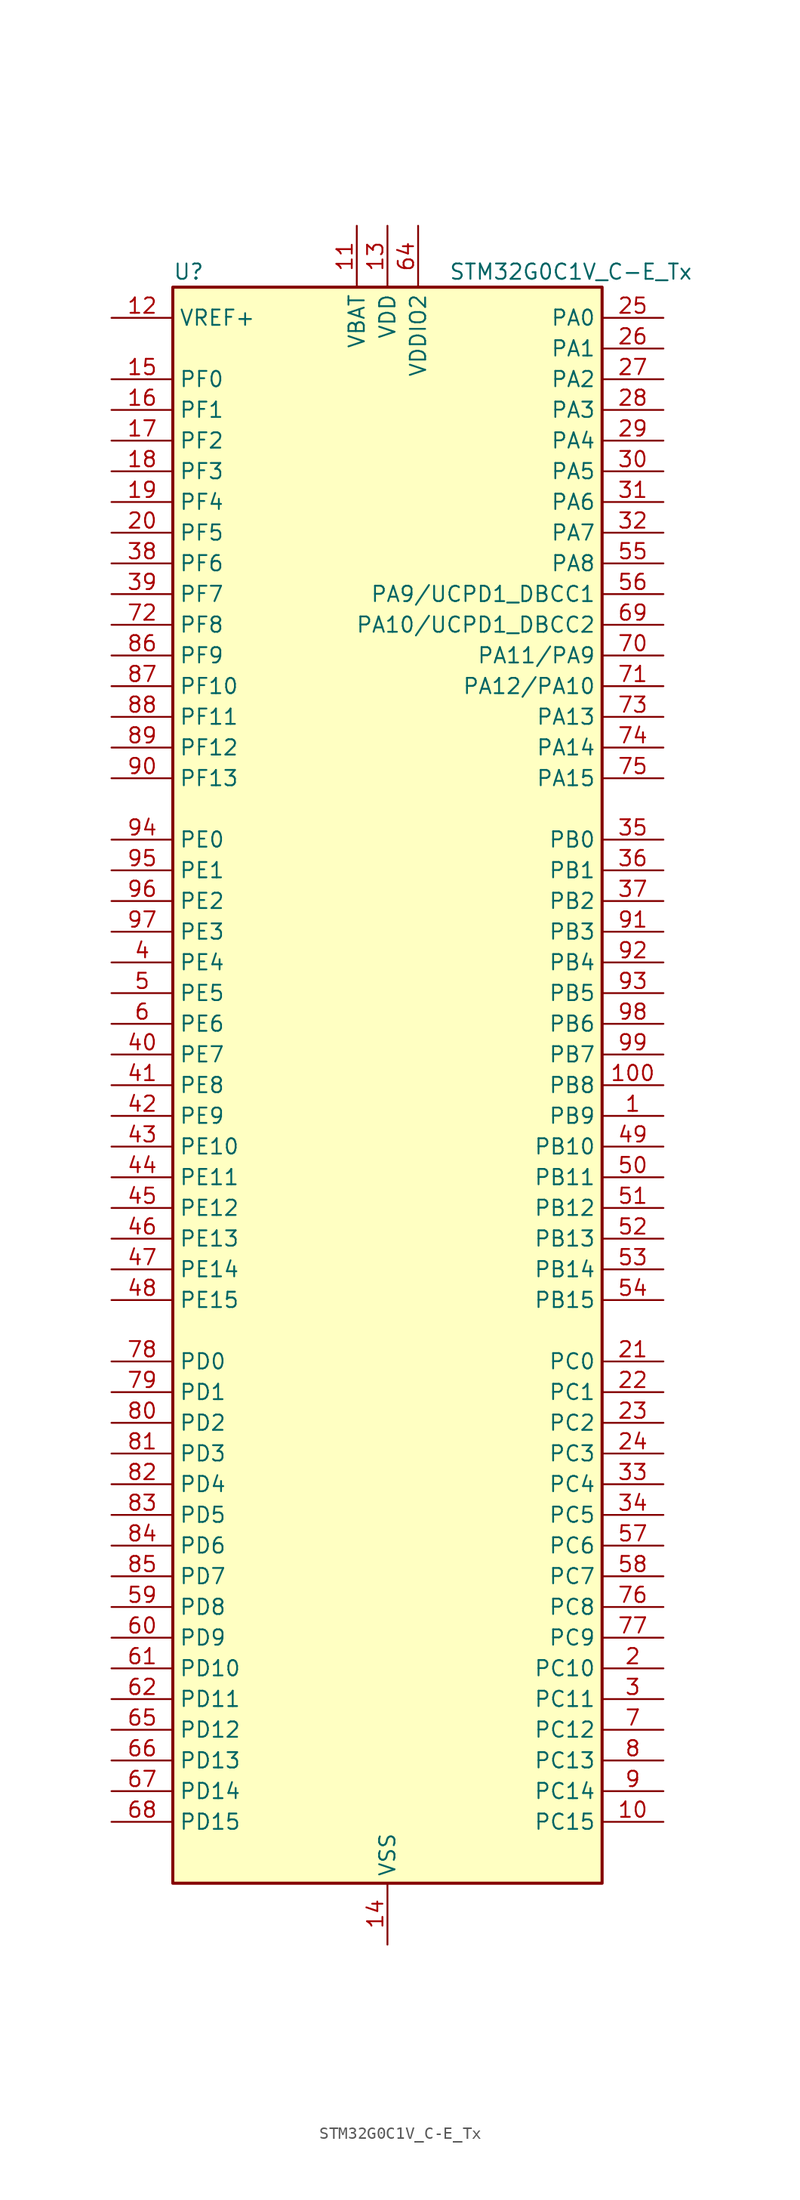
<source format=kicad_sym>
(kicad_symbol_lib
  (version 20220914)
  (generator kicad_symbol_editor)
  (symbol "STM32G0C1V_C-E_Tx"
    (property "Reference" "U"
      (at -17.78 67.31 0)
      (effects (font (size 1.27 1.27)) (justify left)))
    (property "Value" "STM32G0C1V_C-E_Tx"
      (at 5.08 67.31 0)
      (effects (font (size 1.27 1.27)) (justify left)))
    (property "ki_locked" ""
      (at 0 0 0)
      (effects (font (size 1.27 1.27))))
    (symbol "STM32G0C1V_C-E_Tx_0_1"
      (rectangle (start -17.78 -66.04) (end 17.78 66.04) (stroke (width 0.254) (type default)) (fill (type background))))
    (symbol "STM32G0C1V_C-E_Tx_1_1"
      (pin bidirectional line (at 22.86 -2.54 180) (length 5.08) (name "PB9" (effects (font (size 1.27 1.27)))) (number "1" (effects (font (size 1.27 1.27)))) (alternate "DAC1_EXTI9" bidirectional line) (alternate "FDCAN1_TX" bidirectional line) (alternate "I2C1_SDA" bidirectional line) (alternate "I2S2_WS" bidirectional line) (alternate "IR_OUT" bidirectional line) (alternate "SPI2_NSS" bidirectional line) (alternate "TIM17_CH1" bidirectional line) (alternate "TIM4_CH4" bidirectional line) (alternate "UCPD2_FRSTX1" bidirectional line) (alternate "UCPD2_FRSTX2" bidirectional line) (alternate "USART3_RX" bidirectional line) (alternate "USART6_RX" bidirectional line))
      (pin bidirectional line (at 22.86 -60.96 180) (length 5.08) (name "PC15" (effects (font (size 1.27 1.27)))) (number "10" (effects (font (size 1.27 1.27)))) (alternate "RCC_OSC32_EN" bidirectional line) (alternate "RCC_OSC32_OUT" bidirectional line) (alternate "RCC_OSC_EN" bidirectional line) (alternate "TIM15_BK" bidirectional line))
      (pin bidirectional line (at 22.86 0 180) (length 5.08) (name "PB8" (effects (font (size 1.27 1.27)))) (number "100" (effects (font (size 1.27 1.27)))) (alternate "CEC" bidirectional line) (alternate "FDCAN1_RX" bidirectional line) (alternate "I2C1_SCL" bidirectional line) (alternate "I2S2_CK" bidirectional line) (alternate "SPI2_SCK" bidirectional line) (alternate "TIM15_BK" bidirectional line) (alternate "TIM16_CH1" bidirectional line) (alternate "TIM4_CH3" bidirectional line) (alternate "USART3_TX" bidirectional line) (alternate "USART6_TX" bidirectional line))
      (pin power_in line (at -2.54 71.12 270) (length 5.08) (name "VBAT" (effects (font (size 1.27 1.27)))) (number "11" (effects (font (size 1.27 1.27)))))
      (pin input line (at -22.86 63.5 0) (length 5.08) (name "VREF+" (effects (font (size 1.27 1.27)))) (number "12" (effects (font (size 1.27 1.27)))) (alternate "VREFBUF_OUT" bidirectional line))
      (pin power_in line (at 0 71.12 270) (length 5.08) (name "VDD" (effects (font (size 1.27 1.27)))) (number "13" (effects (font (size 1.27 1.27)))))
      (pin power_in line (at 0 -71.12 90) (length 5.08) (name "VSS" (effects (font (size 1.27 1.27)))) (number "14" (effects (font (size 1.27 1.27)))))
      (pin bidirectional line (at -22.86 58.42 0) (length 5.08) (name "PF0" (effects (font (size 1.27 1.27)))) (number "15" (effects (font (size 1.27 1.27)))) (alternate "CRS1_SYNC" bidirectional line) (alternate "RCC_OSC_IN" bidirectional line) (alternate "TIM14_CH1" bidirectional line))
      (pin bidirectional line (at -22.86 55.88 0) (length 5.08) (name "PF1" (effects (font (size 1.27 1.27)))) (number "16" (effects (font (size 1.27 1.27)))) (alternate "RCC_OSC_EN" bidirectional line) (alternate "RCC_OSC_OUT" bidirectional line) (alternate "TIM15_CH1N" bidirectional line))
      (pin bidirectional line (at -22.86 53.34 0) (length 5.08) (name "PF2" (effects (font (size 1.27 1.27)))) (number "17" (effects (font (size 1.27 1.27)))) (alternate "LPUART2_DE" bidirectional line) (alternate "LPUART2_RTS" bidirectional line) (alternate "LPUART2_TX" bidirectional line) (alternate "RCC_MCO" bidirectional line))
      (pin bidirectional line (at -22.86 50.8 0) (length 5.08) (name "PF3" (effects (font (size 1.27 1.27)))) (number "18" (effects (font (size 1.27 1.27)))) (alternate "LPUART2_RX" bidirectional line) (alternate "USART6_CK" bidirectional line) (alternate "USART6_DE" bidirectional line) (alternate "USART6_RTS" bidirectional line))
      (pin bidirectional line (at -22.86 48.26 0) (length 5.08) (name "PF4" (effects (font (size 1.27 1.27)))) (number "19" (effects (font (size 1.27 1.27)))) (alternate "LPUART1_TX" bidirectional line))
      (pin bidirectional line (at 22.86 -48.26 180) (length 5.08) (name "PC10" (effects (font (size 1.27 1.27)))) (number "2" (effects (font (size 1.27 1.27)))) (alternate "SPI3_SCK" bidirectional line) (alternate "TIM1_CH3" bidirectional line) (alternate "USART3_TX" bidirectional line) (alternate "USART4_TX" bidirectional line))
      (pin bidirectional line (at -22.86 45.72 0) (length 5.08) (name "PF5" (effects (font (size 1.27 1.27)))) (number "20" (effects (font (size 1.27 1.27)))) (alternate "LPUART1_RX" bidirectional line))
      (pin bidirectional line (at 22.86 -22.86 180) (length 5.08) (name "PC0" (effects (font (size 1.27 1.27)))) (number "21" (effects (font (size 1.27 1.27)))) (alternate "COMP3_INM" bidirectional line) (alternate "COMP3_OUT" bidirectional line) (alternate "I2C3_SCL" bidirectional line) (alternate "LPTIM1_IN1" bidirectional line) (alternate "LPTIM2_IN1" bidirectional line) (alternate "LPUART1_RX" bidirectional line) (alternate "LPUART2_TX" bidirectional line) (alternate "USART6_TX" bidirectional line))
      (pin bidirectional line (at 22.86 -25.4 180) (length 5.08) (name "PC1" (effects (font (size 1.27 1.27)))) (number "22" (effects (font (size 1.27 1.27)))) (alternate "COMP3_INP" bidirectional line) (alternate "I2C3_SDA" bidirectional line) (alternate "LPTIM1_OUT" bidirectional line) (alternate "LPUART1_TX" bidirectional line) (alternate "LPUART2_RX" bidirectional line) (alternate "TIM15_CH1" bidirectional line) (alternate "USART6_RX" bidirectional line))
      (pin bidirectional line (at 22.86 -27.94 180) (length 5.08) (name "PC2" (effects (font (size 1.27 1.27)))) (number "23" (effects (font (size 1.27 1.27)))) (alternate "COMP3_OUT" bidirectional line) (alternate "FDCAN2_RX" bidirectional line) (alternate "I2S2_MCK" bidirectional line) (alternate "LPTIM1_IN2" bidirectional line) (alternate "SPI2_MISO" bidirectional line) (alternate "TIM15_CH2" bidirectional line))
      (pin bidirectional line (at 22.86 -30.48 180) (length 5.08) (name "PC3" (effects (font (size 1.27 1.27)))) (number "24" (effects (font (size 1.27 1.27)))) (alternate "FDCAN2_TX" bidirectional line) (alternate "I2S2_SD" bidirectional line) (alternate "LPTIM1_ETR" bidirectional line) (alternate "LPTIM2_ETR" bidirectional line) (alternate "SPI2_MOSI" bidirectional line))
      (pin bidirectional line (at 22.86 63.5 180) (length 5.08) (name "PA0" (effects (font (size 1.27 1.27)))) (number "25" (effects (font (size 1.27 1.27)))) (alternate "ADC1_IN0" bidirectional line) (alternate "COMP1_INM" bidirectional line) (alternate "COMP1_OUT" bidirectional line) (alternate "I2S2_CK" bidirectional line) (alternate "LPTIM1_OUT" bidirectional line) (alternate "RTC_TAMP_IN2" bidirectional line) (alternate "SPI2_SCK" bidirectional line) (alternate "SYS_WKUP1" bidirectional line) (alternate "TIM2_CH1" bidirectional line) (alternate "TIM2_ETR" bidirectional line) (alternate "UCPD2_FRSTX1" bidirectional line) (alternate "UCPD2_FRSTX2" bidirectional line) (alternate "USART2_CTS" bidirectional line) (alternate "USART2_NSS" bidirectional line) (alternate "USART4_TX" bidirectional line))
      (pin bidirectional line (at 22.86 60.96 180) (length 5.08) (name "PA1" (effects (font (size 1.27 1.27)))) (number "26" (effects (font (size 1.27 1.27)))) (alternate "ADC1_IN1" bidirectional line) (alternate "COMP1_INP" bidirectional line) (alternate "I2C1_SMBA" bidirectional line) (alternate "I2S1_CK" bidirectional line) (alternate "SPI1_SCK" bidirectional line) (alternate "TIM15_CH1N" bidirectional line) (alternate "TIM2_CH2" bidirectional line) (alternate "USART2_CK" bidirectional line) (alternate "USART2_DE" bidirectional line) (alternate "USART2_RTS" bidirectional line) (alternate "USART4_RX" bidirectional line))
      (pin bidirectional line (at 22.86 58.42 180) (length 5.08) (name "PA2" (effects (font (size 1.27 1.27)))) (number "27" (effects (font (size 1.27 1.27)))) (alternate "ADC1_IN2" bidirectional line) (alternate "COMP2_INM" bidirectional line) (alternate "COMP2_OUT" bidirectional line) (alternate "I2S1_SD" bidirectional line) (alternate "LPUART1_TX" bidirectional line) (alternate "RCC_LSCO" bidirectional line) (alternate "SPI1_MOSI" bidirectional line) (alternate "SYS_WKUP4" bidirectional line) (alternate "TIM15_CH1" bidirectional line) (alternate "TIM2_CH3" bidirectional line) (alternate "UCPD1_FRSTX1" bidirectional line) (alternate "UCPD1_FRSTX2" bidirectional line) (alternate "USART2_TX" bidirectional line))
      (pin bidirectional line (at 22.86 55.88 180) (length 5.08) (name "PA3" (effects (font (size 1.27 1.27)))) (number "28" (effects (font (size 1.27 1.27)))) (alternate "ADC1_IN3" bidirectional line) (alternate "COMP2_INP" bidirectional line) (alternate "I2S2_MCK" bidirectional line) (alternate "LPUART1_RX" bidirectional line) (alternate "SPI2_MISO" bidirectional line) (alternate "TIM15_CH2" bidirectional line) (alternate "TIM2_CH4" bidirectional line) (alternate "UCPD2_FRSTX1" bidirectional line) (alternate "UCPD2_FRSTX2" bidirectional line) (alternate "USART2_RX" bidirectional line))
      (pin bidirectional line (at 22.86 53.34 180) (length 5.08) (name "PA4" (effects (font (size 1.27 1.27)))) (number "29" (effects (font (size 1.27 1.27)))) (alternate "ADC1_IN4" bidirectional line) (alternate "DAC1_OUT1" bidirectional line) (alternate "I2S1_WS" bidirectional line) (alternate "I2S2_SD" bidirectional line) (alternate "LPTIM2_OUT" bidirectional line) (alternate "RTC_OUT2" bidirectional line) (alternate "SPI1_NSS" bidirectional line) (alternate "SPI2_MOSI" bidirectional line) (alternate "SPI3_NSS" bidirectional line) (alternate "TIM14_CH1" bidirectional line) (alternate "UCPD2_FRSTX1" bidirectional line) (alternate "UCPD2_FRSTX2" bidirectional line) (alternate "USART6_TX" bidirectional line) (alternate "USB_NOE" bidirectional line))
      (pin bidirectional line (at 22.86 -50.8 180) (length 5.08) (name "PC11" (effects (font (size 1.27 1.27)))) (number "3" (effects (font (size 1.27 1.27)))) (alternate "ADC1_EXTI11" bidirectional line) (alternate "SPI3_MISO" bidirectional line) (alternate "TIM1_CH4" bidirectional line) (alternate "USART3_RX" bidirectional line) (alternate "USART4_RX" bidirectional line))
      (pin bidirectional line (at 22.86 50.8 180) (length 5.08) (name "PA5" (effects (font (size 1.27 1.27)))) (number "30" (effects (font (size 1.27 1.27)))) (alternate "ADC1_IN5" bidirectional line) (alternate "CEC" bidirectional line) (alternate "DAC1_OUT2" bidirectional line) (alternate "I2S1_CK" bidirectional line) (alternate "LPTIM2_ETR" bidirectional line) (alternate "SPI1_SCK" bidirectional line) (alternate "TIM2_CH1" bidirectional line) (alternate "TIM2_ETR" bidirectional line) (alternate "UCPD1_FRSTX1" bidirectional line) (alternate "UCPD1_FRSTX2" bidirectional line) (alternate "USART3_TX" bidirectional line) (alternate "USART6_RX" bidirectional line))
      (pin bidirectional line (at 22.86 48.26 180) (length 5.08) (name "PA6" (effects (font (size 1.27 1.27)))) (number "31" (effects (font (size 1.27 1.27)))) (alternate "ADC1_IN6" bidirectional line) (alternate "COMP1_OUT" bidirectional line) (alternate "I2C2_SDA" bidirectional line) (alternate "I2C3_SDA" bidirectional line) (alternate "I2S1_MCK" bidirectional line) (alternate "LPUART1_CTS" bidirectional line) (alternate "SPI1_MISO" bidirectional line) (alternate "TIM16_CH1" bidirectional line) (alternate "TIM1_BK" bidirectional line) (alternate "TIM3_CH1" bidirectional line) (alternate "USART3_CTS" bidirectional line) (alternate "USART3_NSS" bidirectional line) (alternate "USART6_CTS" bidirectional line) (alternate "USART6_NSS" bidirectional line))
      (pin bidirectional line (at 22.86 45.72 180) (length 5.08) (name "PA7" (effects (font (size 1.27 1.27)))) (number "32" (effects (font (size 1.27 1.27)))) (alternate "ADC1_IN7" bidirectional line) (alternate "COMP2_OUT" bidirectional line) (alternate "I2C2_SCL" bidirectional line) (alternate "I2C3_SCL" bidirectional line) (alternate "I2S1_SD" bidirectional line) (alternate "SPI1_MOSI" bidirectional line) (alternate "TIM14_CH1" bidirectional line) (alternate "TIM17_CH1" bidirectional line) (alternate "TIM1_CH1N" bidirectional line) (alternate "TIM3_CH2" bidirectional line) (alternate "UCPD1_FRSTX1" bidirectional line) (alternate "UCPD1_FRSTX2" bidirectional line) (alternate "USART6_CK" bidirectional line) (alternate "USART6_DE" bidirectional line) (alternate "USART6_RTS" bidirectional line))
      (pin bidirectional line (at 22.86 -33.02 180) (length 5.08) (name "PC4" (effects (font (size 1.27 1.27)))) (number "33" (effects (font (size 1.27 1.27)))) (alternate "ADC1_IN17" bidirectional line) (alternate "COMP1_INM" bidirectional line) (alternate "FDCAN1_RX" bidirectional line) (alternate "TIM2_CH1" bidirectional line) (alternate "TIM2_ETR" bidirectional line) (alternate "USART1_TX" bidirectional line) (alternate "USART3_TX" bidirectional line))
      (pin bidirectional line (at 22.86 -35.56 180) (length 5.08) (name "PC5" (effects (font (size 1.27 1.27)))) (number "34" (effects (font (size 1.27 1.27)))) (alternate "ADC1_IN18" bidirectional line) (alternate "COMP1_INP" bidirectional line) (alternate "FDCAN1_TX" bidirectional line) (alternate "SYS_WKUP5" bidirectional line) (alternate "TIM2_CH2" bidirectional line) (alternate "USART1_RX" bidirectional line) (alternate "USART3_RX" bidirectional line))
      (pin bidirectional line (at 22.86 20.32 180) (length 5.08) (name "PB0" (effects (font (size 1.27 1.27)))) (number "35" (effects (font (size 1.27 1.27)))) (alternate "ADC1_IN8" bidirectional line) (alternate "COMP1_OUT" bidirectional line) (alternate "COMP3_INP" bidirectional line) (alternate "FDCAN2_RX" bidirectional line) (alternate "I2S1_WS" bidirectional line) (alternate "LPTIM1_OUT" bidirectional line) (alternate "LPUART2_CTS" bidirectional line) (alternate "SPI1_NSS" bidirectional line) (alternate "TIM1_CH2N" bidirectional line) (alternate "TIM3_CH3" bidirectional line) (alternate "UCPD1_FRSTX1" bidirectional line) (alternate "UCPD1_FRSTX2" bidirectional line) (alternate "USART3_RX" bidirectional line) (alternate "USART5_TX" bidirectional line))
      (pin bidirectional line (at 22.86 17.78 180) (length 5.08) (name "PB1" (effects (font (size 1.27 1.27)))) (number "36" (effects (font (size 1.27 1.27)))) (alternate "ADC1_IN9" bidirectional line) (alternate "COMP1_INM" bidirectional line) (alternate "COMP3_OUT" bidirectional line) (alternate "FDCAN2_TX" bidirectional line) (alternate "LPTIM2_IN1" bidirectional line) (alternate "LPUART1_DE" bidirectional line) (alternate "LPUART1_RTS" bidirectional line) (alternate "LPUART2_DE" bidirectional line) (alternate "LPUART2_RTS" bidirectional line) (alternate "TIM14_CH1" bidirectional line) (alternate "TIM1_CH3N" bidirectional line) (alternate "TIM3_CH4" bidirectional line) (alternate "USART3_CK" bidirectional line) (alternate "USART3_DE" bidirectional line) (alternate "USART3_RTS" bidirectional line) (alternate "USART5_RX" bidirectional line))
      (pin bidirectional line (at 22.86 15.24 180) (length 5.08) (name "PB2" (effects (font (size 1.27 1.27)))) (number "37" (effects (font (size 1.27 1.27)))) (alternate "ADC1_IN10" bidirectional line) (alternate "COMP1_INP" bidirectional line) (alternate "COMP3_INM" bidirectional line) (alternate "I2S2_MCK" bidirectional line) (alternate "LPTIM1_OUT" bidirectional line) (alternate "RCC_MCO_2" bidirectional line) (alternate "SPI2_MISO" bidirectional line) (alternate "USART3_TX" bidirectional line))
      (pin bidirectional line (at -22.86 43.18 0) (length 5.08) (name "PF6" (effects (font (size 1.27 1.27)))) (number "38" (effects (font (size 1.27 1.27)))) (alternate "LPUART1_DE" bidirectional line) (alternate "LPUART1_RTS" bidirectional line))
      (pin bidirectional line (at -22.86 40.64 0) (length 5.08) (name "PF7" (effects (font (size 1.27 1.27)))) (number "39" (effects (font (size 1.27 1.27)))) (alternate "LPUART1_CTS" bidirectional line) (alternate "USART5_CTS" bidirectional line) (alternate "USART5_NSS" bidirectional line))
      (pin bidirectional line (at -22.86 10.16 0) (length 5.08) (name "PE4" (effects (font (size 1.27 1.27)))) (number "4" (effects (font (size 1.27 1.27)))) (alternate "TIM3_CH2" bidirectional line))
      (pin bidirectional line (at -22.86 2.54 0) (length 5.08) (name "PE7" (effects (font (size 1.27 1.27)))) (number "40" (effects (font (size 1.27 1.27)))) (alternate "COMP3_INP" bidirectional line) (alternate "TIM1_ETR" bidirectional line) (alternate "USART5_CK" bidirectional line) (alternate "USART5_DE" bidirectional line) (alternate "USART5_RTS" bidirectional line))
      (pin bidirectional line (at -22.86 0 0) (length 5.08) (name "PE8" (effects (font (size 1.27 1.27)))) (number "41" (effects (font (size 1.27 1.27)))) (alternate "COMP3_INM" bidirectional line) (alternate "TIM1_CH1N" bidirectional line) (alternate "USART4_TX" bidirectional line))
      (pin bidirectional line (at -22.86 -2.54 0) (length 5.08) (name "PE9" (effects (font (size 1.27 1.27)))) (number "42" (effects (font (size 1.27 1.27)))) (alternate "DAC1_EXTI9" bidirectional line) (alternate "TIM1_CH1" bidirectional line) (alternate "USART4_RX" bidirectional line))
      (pin bidirectional line (at -22.86 -5.08 0) (length 5.08) (name "PE10" (effects (font (size 1.27 1.27)))) (number "43" (effects (font (size 1.27 1.27)))) (alternate "TIM1_CH2N" bidirectional line) (alternate "USART5_TX" bidirectional line))
      (pin bidirectional line (at -22.86 -7.62 0) (length 5.08) (name "PE11" (effects (font (size 1.27 1.27)))) (number "44" (effects (font (size 1.27 1.27)))) (alternate "ADC1_EXTI11" bidirectional line) (alternate "TIM1_CH2" bidirectional line) (alternate "USART5_RX" bidirectional line))
      (pin bidirectional line (at -22.86 -10.16 0) (length 5.08) (name "PE12" (effects (font (size 1.27 1.27)))) (number "45" (effects (font (size 1.27 1.27)))) (alternate "I2S1_WS" bidirectional line) (alternate "SPI1_NSS" bidirectional line) (alternate "TIM1_CH3N" bidirectional line))
      (pin bidirectional line (at -22.86 -12.7 0) (length 5.08) (name "PE13" (effects (font (size 1.27 1.27)))) (number "46" (effects (font (size 1.27 1.27)))) (alternate "I2S1_CK" bidirectional line) (alternate "SPI1_SCK" bidirectional line) (alternate "TIM1_CH3" bidirectional line))
      (pin bidirectional line (at -22.86 -15.24 0) (length 5.08) (name "PE14" (effects (font (size 1.27 1.27)))) (number "47" (effects (font (size 1.27 1.27)))) (alternate "I2S1_MCK" bidirectional line) (alternate "SPI1_MISO" bidirectional line) (alternate "TIM1_BK2" bidirectional line) (alternate "TIM1_CH4" bidirectional line))
      (pin bidirectional line (at -22.86 -17.78 0) (length 5.08) (name "PE15" (effects (font (size 1.27 1.27)))) (number "48" (effects (font (size 1.27 1.27)))) (alternate "I2S1_SD" bidirectional line) (alternate "SPI1_MOSI" bidirectional line) (alternate "TIM1_BK" bidirectional line))
      (pin bidirectional line (at 22.86 -5.08 180) (length 5.08) (name "PB10" (effects (font (size 1.27 1.27)))) (number "49" (effects (font (size 1.27 1.27)))) (alternate "ADC1_IN11" bidirectional line) (alternate "CEC" bidirectional line) (alternate "COMP1_OUT" bidirectional line) (alternate "I2C2_SCL" bidirectional line) (alternate "I2S2_CK" bidirectional line) (alternate "LPUART1_RX" bidirectional line) (alternate "SPI2_SCK" bidirectional line) (alternate "TIM2_CH3" bidirectional line) (alternate "USART3_TX" bidirectional line))
      (pin bidirectional line (at -22.86 7.62 0) (length 5.08) (name "PE5" (effects (font (size 1.27 1.27)))) (number "5" (effects (font (size 1.27 1.27)))) (alternate "TIM3_CH3" bidirectional line))
      (pin bidirectional line (at 22.86 -7.62 180) (length 5.08) (name "PB11" (effects (font (size 1.27 1.27)))) (number "50" (effects (font (size 1.27 1.27)))) (alternate "ADC1_EXTI11" bidirectional line) (alternate "ADC1_IN15" bidirectional line) (alternate "COMP2_OUT" bidirectional line) (alternate "I2C2_SDA" bidirectional line) (alternate "I2S2_SD" bidirectional line) (alternate "LPUART1_TX" bidirectional line) (alternate "SPI2_MOSI" bidirectional line) (alternate "TIM2_CH4" bidirectional line) (alternate "USART3_RX" bidirectional line))
      (pin bidirectional line (at 22.86 -10.16 180) (length 5.08) (name "PB12" (effects (font (size 1.27 1.27)))) (number "51" (effects (font (size 1.27 1.27)))) (alternate "ADC1_IN16" bidirectional line) (alternate "FDCAN2_RX" bidirectional line) (alternate "I2C2_SMBA" bidirectional line) (alternate "I2S2_WS" bidirectional line) (alternate "LPUART1_DE" bidirectional line) (alternate "LPUART1_RTS" bidirectional line) (alternate "SPI2_NSS" bidirectional line) (alternate "TIM15_BK" bidirectional line) (alternate "TIM1_BK" bidirectional line) (alternate "UCPD2_FRSTX1" bidirectional line) (alternate "UCPD2_FRSTX2" bidirectional line))
      (pin bidirectional line (at 22.86 -12.7 180) (length 5.08) (name "PB13" (effects (font (size 1.27 1.27)))) (number "52" (effects (font (size 1.27 1.27)))) (alternate "FDCAN2_TX" bidirectional line) (alternate "I2C2_SCL" bidirectional line) (alternate "I2S2_CK" bidirectional line) (alternate "LPUART1_CTS" bidirectional line) (alternate "SPI2_SCK" bidirectional line) (alternate "TIM15_CH1N" bidirectional line) (alternate "TIM1_CH1N" bidirectional line) (alternate "USART3_CTS" bidirectional line) (alternate "USART3_NSS" bidirectional line))
      (pin bidirectional line (at 22.86 -15.24 180) (length 5.08) (name "PB14" (effects (font (size 1.27 1.27)))) (number "53" (effects (font (size 1.27 1.27)))) (alternate "I2C2_SDA" bidirectional line) (alternate "I2S2_MCK" bidirectional line) (alternate "SPI2_MISO" bidirectional line) (alternate "TIM15_CH1" bidirectional line) (alternate "TIM1_CH2N" bidirectional line) (alternate "UCPD1_FRSTX1" bidirectional line) (alternate "UCPD1_FRSTX2" bidirectional line) (alternate "USART3_CK" bidirectional line) (alternate "USART3_DE" bidirectional line) (alternate "USART3_RTS" bidirectional line) (alternate "USART6_CK" bidirectional line) (alternate "USART6_DE" bidirectional line) (alternate "USART6_RTS" bidirectional line))
      (pin bidirectional line (at 22.86 -17.78 180) (length 5.08) (name "PB15" (effects (font (size 1.27 1.27)))) (number "54" (effects (font (size 1.27 1.27)))) (alternate "I2S2_SD" bidirectional line) (alternate "RTC_REFIN" bidirectional line) (alternate "SPI2_MOSI" bidirectional line) (alternate "TIM15_CH1N" bidirectional line) (alternate "TIM15_CH2" bidirectional line) (alternate "TIM1_CH3N" bidirectional line) (alternate "UCPD1_CC2" bidirectional line) (alternate "USART6_CTS" bidirectional line) (alternate "USART6_NSS" bidirectional line))
      (pin bidirectional line (at 22.86 43.18 180) (length 5.08) (name "PA8" (effects (font (size 1.27 1.27)))) (number "55" (effects (font (size 1.27 1.27)))) (alternate "CRS1_SYNC" bidirectional line) (alternate "I2C2_SMBA" bidirectional line) (alternate "I2S2_WS" bidirectional line) (alternate "LPTIM2_OUT" bidirectional line) (alternate "RCC_MCO" bidirectional line) (alternate "SPI2_NSS" bidirectional line) (alternate "TIM1_CH1" bidirectional line) (alternate "UCPD1_CC1" bidirectional line))
      (pin bidirectional line (at 22.86 40.64 180) (length 5.08) (name "PA9/UCPD1_DBCC1" (effects (font (size 1.27 1.27)))) (number "56" (effects (font (size 1.27 1.27)))) (alternate "DAC1_EXTI9" bidirectional line) (alternate "I2C1_SCL" bidirectional line) (alternate "I2C2_SCL" bidirectional line) (alternate "I2S2_MCK" bidirectional line) (alternate "RCC_MCO" bidirectional line) (alternate "SPI2_MISO" bidirectional line) (alternate "TIM15_BK" bidirectional line) (alternate "TIM1_CH2" bidirectional line) (alternate "UCPD1_DBCC1" bidirectional line) (alternate "USART1_TX" bidirectional line))
      (pin bidirectional line (at 22.86 -38.1 180) (length 5.08) (name "PC6" (effects (font (size 1.27 1.27)))) (number "57" (effects (font (size 1.27 1.27)))) (alternate "LPUART2_TX" bidirectional line) (alternate "TIM2_CH3" bidirectional line) (alternate "TIM3_CH1" bidirectional line) (alternate "UCPD1_FRSTX1" bidirectional line) (alternate "UCPD1_FRSTX2" bidirectional line))
      (pin bidirectional line (at 22.86 -40.64 180) (length 5.08) (name "PC7" (effects (font (size 1.27 1.27)))) (number "58" (effects (font (size 1.27 1.27)))) (alternate "LPUART2_RX" bidirectional line) (alternate "TIM2_CH4" bidirectional line) (alternate "TIM3_CH2" bidirectional line) (alternate "UCPD2_FRSTX1" bidirectional line) (alternate "UCPD2_FRSTX2" bidirectional line))
      (pin bidirectional line (at -22.86 -43.18 0) (length 5.08) (name "PD8" (effects (font (size 1.27 1.27)))) (number "59" (effects (font (size 1.27 1.27)))) (alternate "I2S1_CK" bidirectional line) (alternate "LPTIM1_OUT" bidirectional line) (alternate "SPI1_SCK" bidirectional line) (alternate "USART3_TX" bidirectional line))
      (pin bidirectional line (at -22.86 5.08 0) (length 5.08) (name "PE6" (effects (font (size 1.27 1.27)))) (number "6" (effects (font (size 1.27 1.27)))) (alternate "RTC_TAMP_IN3" bidirectional line) (alternate "SYS_WKUP3" bidirectional line) (alternate "TIM3_CH4" bidirectional line))
      (pin bidirectional line (at -22.86 -45.72 0) (length 5.08) (name "PD9" (effects (font (size 1.27 1.27)))) (number "60" (effects (font (size 1.27 1.27)))) (alternate "DAC1_EXTI9" bidirectional line) (alternate "I2S1_WS" bidirectional line) (alternate "SPI1_NSS" bidirectional line) (alternate "TIM1_BK2" bidirectional line) (alternate "USART3_RX" bidirectional line))
      (pin bidirectional line (at -22.86 -48.26 0) (length 5.08) (name "PD10" (effects (font (size 1.27 1.27)))) (number "61" (effects (font (size 1.27 1.27)))) (alternate "RCC_MCO" bidirectional line))
      (pin bidirectional line (at -22.86 -50.8 0) (length 5.08) (name "PD11" (effects (font (size 1.27 1.27)))) (number "62" (effects (font (size 1.27 1.27)))) (alternate "ADC1_EXTI11" bidirectional line) (alternate "LPTIM2_ETR" bidirectional line) (alternate "USART3_CTS" bidirectional line) (alternate "USART3_NSS" bidirectional line))
      (pin passive line (at 0 -71.12 90) (length 5.08) hide (name "VSS" (effects (font (size 1.27 1.27)))) (number "63" (effects (font (size 1.27 1.27)))))
      (pin power_in line (at 2.54 71.12 270) (length 5.08) (name "VDDIO2" (effects (font (size 1.27 1.27)))) (number "64" (effects (font (size 1.27 1.27)))))
      (pin bidirectional line (at -22.86 -53.34 0) (length 5.08) (name "PD12" (effects (font (size 1.27 1.27)))) (number "65" (effects (font (size 1.27 1.27)))) (alternate "FDCAN1_RX" bidirectional line) (alternate "LPTIM2_IN1" bidirectional line) (alternate "TIM4_CH1" bidirectional line) (alternate "USART3_CK" bidirectional line) (alternate "USART3_DE" bidirectional line) (alternate "USART3_RTS" bidirectional line))
      (pin bidirectional line (at -22.86 -55.88 0) (length 5.08) (name "PD13" (effects (font (size 1.27 1.27)))) (number "66" (effects (font (size 1.27 1.27)))) (alternate "FDCAN1_TX" bidirectional line) (alternate "LPTIM2_OUT" bidirectional line) (alternate "TIM4_CH2" bidirectional line))
      (pin bidirectional line (at -22.86 -58.42 0) (length 5.08) (name "PD14" (effects (font (size 1.27 1.27)))) (number "67" (effects (font (size 1.27 1.27)))) (alternate "FDCAN2_RX" bidirectional line) (alternate "LPUART2_CTS" bidirectional line) (alternate "TIM4_CH3" bidirectional line))
      (pin bidirectional line (at -22.86 -60.96 0) (length 5.08) (name "PD15" (effects (font (size 1.27 1.27)))) (number "68" (effects (font (size 1.27 1.27)))) (alternate "CRS1_SYNC" bidirectional line) (alternate "FDCAN2_TX" bidirectional line) (alternate "LPUART2_DE" bidirectional line) (alternate "LPUART2_RTS" bidirectional line) (alternate "TIM4_CH4" bidirectional line))
      (pin bidirectional line (at 22.86 38.1 180) (length 5.08) (name "PA10/UCPD1_DBCC2" (effects (font (size 1.27 1.27)))) (number "69" (effects (font (size 1.27 1.27)))) (alternate "I2C1_SDA" bidirectional line) (alternate "I2C2_SDA" bidirectional line) (alternate "I2S2_SD" bidirectional line) (alternate "RCC_MCO_2" bidirectional line) (alternate "SPI2_MOSI" bidirectional line) (alternate "TIM17_BK" bidirectional line) (alternate "TIM1_CH3" bidirectional line) (alternate "UCPD1_DBCC2" bidirectional line) (alternate "USART1_RX" bidirectional line))
      (pin bidirectional line (at 22.86 -53.34 180) (length 5.08) (name "PC12" (effects (font (size 1.27 1.27)))) (number "7" (effects (font (size 1.27 1.27)))) (alternate "LPTIM1_IN1" bidirectional line) (alternate "SPI3_MOSI" bidirectional line) (alternate "TIM14_CH1" bidirectional line) (alternate "UCPD1_FRSTX1" bidirectional line) (alternate "UCPD1_FRSTX2" bidirectional line) (alternate "USART5_TX" bidirectional line))
      (pin bidirectional line (at 22.86 35.56 180) (length 5.08) (name "PA11/PA9" (effects (font (size 1.27 1.27)))) (number "70" (effects (font (size 1.27 1.27)))) (alternate "ADC1_EXTI11" bidirectional line) (alternate "COMP1_OUT" bidirectional line) (alternate "FDCAN1_RX" bidirectional line) (alternate "I2C2_SCL" bidirectional line) (alternate "I2S1_MCK" bidirectional line) (alternate "SPI1_MISO" bidirectional line) (alternate "TIM1_BK2" bidirectional line) (alternate "TIM1_CH4" bidirectional line) (alternate "USART1_CTS" bidirectional line) (alternate "USART1_NSS" bidirectional line) (alternate "USB_DM" bidirectional line))
      (pin bidirectional line (at 22.86 33.02 180) (length 5.08) (name "PA12/PA10" (effects (font (size 1.27 1.27)))) (number "71" (effects (font (size 1.27 1.27)))) (alternate "COMP2_OUT" bidirectional line) (alternate "FDCAN1_TX" bidirectional line) (alternate "I2C2_SDA" bidirectional line) (alternate "I2S1_SD" bidirectional line) (alternate "I2S_CKIN" bidirectional line) (alternate "SPI1_MOSI" bidirectional line) (alternate "TIM1_ETR" bidirectional line) (alternate "USART1_CK" bidirectional line) (alternate "USART1_DE" bidirectional line) (alternate "USART1_RTS" bidirectional line) (alternate "USB_DP" bidirectional line))
      (pin bidirectional line (at -22.86 38.1 0) (length 5.08) (name "PF8" (effects (font (size 1.27 1.27)))) (number "72" (effects (font (size 1.27 1.27)))))
      (pin bidirectional line (at 22.86 30.48 180) (length 5.08) (name "PA13" (effects (font (size 1.27 1.27)))) (number "73" (effects (font (size 1.27 1.27)))) (alternate "IR_OUT" bidirectional line) (alternate "LPUART2_RX" bidirectional line) (alternate "SYS_SWDIO" bidirectional line) (alternate "USB_NOE" bidirectional line))
      (pin bidirectional line (at 22.86 27.94 180) (length 5.08) (name "PA14" (effects (font (size 1.27 1.27)))) (number "74" (effects (font (size 1.27 1.27)))) (alternate "LPUART2_TX" bidirectional line) (alternate "SYS_SWCLK" bidirectional line) (alternate "USART2_TX" bidirectional line))
      (pin bidirectional line (at 22.86 25.4 180) (length 5.08) (name "PA15" (effects (font (size 1.27 1.27)))) (number "75" (effects (font (size 1.27 1.27)))) (alternate "I2C2_SMBA" bidirectional line) (alternate "I2S1_WS" bidirectional line) (alternate "RCC_MCO_2" bidirectional line) (alternate "SPI1_NSS" bidirectional line) (alternate "SPI3_NSS" bidirectional line) (alternate "TIM2_CH1" bidirectional line) (alternate "TIM2_ETR" bidirectional line) (alternate "USART2_RX" bidirectional line) (alternate "USART3_CK" bidirectional line) (alternate "USART3_DE" bidirectional line) (alternate "USART3_RTS" bidirectional line) (alternate "USART4_CK" bidirectional line) (alternate "USART4_DE" bidirectional line) (alternate "USART4_RTS" bidirectional line) (alternate "USB_NOE" bidirectional line))
      (pin bidirectional line (at 22.86 -43.18 180) (length 5.08) (name "PC8" (effects (font (size 1.27 1.27)))) (number "76" (effects (font (size 1.27 1.27)))) (alternate "LPUART2_CTS" bidirectional line) (alternate "TIM1_CH1" bidirectional line) (alternate "TIM3_CH3" bidirectional line) (alternate "UCPD2_FRSTX1" bidirectional line) (alternate "UCPD2_FRSTX2" bidirectional line))
      (pin bidirectional line (at 22.86 -45.72 180) (length 5.08) (name "PC9" (effects (font (size 1.27 1.27)))) (number "77" (effects (font (size 1.27 1.27)))) (alternate "DAC1_EXTI9" bidirectional line) (alternate "I2S_CKIN" bidirectional line) (alternate "LPUART2_DE" bidirectional line) (alternate "LPUART2_RTS" bidirectional line) (alternate "TIM1_CH2" bidirectional line) (alternate "TIM3_CH4" bidirectional line) (alternate "USB_NOE" bidirectional line))
      (pin bidirectional line (at -22.86 -22.86 0) (length 5.08) (name "PD0" (effects (font (size 1.27 1.27)))) (number "78" (effects (font (size 1.27 1.27)))) (alternate "FDCAN1_RX" bidirectional line) (alternate "I2S2_WS" bidirectional line) (alternate "SPI2_NSS" bidirectional line) (alternate "TIM16_CH1" bidirectional line) (alternate "UCPD2_CC1" bidirectional line))
      (pin bidirectional line (at -22.86 -25.4 0) (length 5.08) (name "PD1" (effects (font (size 1.27 1.27)))) (number "79" (effects (font (size 1.27 1.27)))) (alternate "FDCAN1_TX" bidirectional line) (alternate "I2S2_CK" bidirectional line) (alternate "SPI2_SCK" bidirectional line) (alternate "TIM17_CH1" bidirectional line) (alternate "UCPD2_DBCC1" bidirectional line))
      (pin bidirectional line (at 22.86 -55.88 180) (length 5.08) (name "PC13" (effects (font (size 1.27 1.27)))) (number "8" (effects (font (size 1.27 1.27)))) (alternate "RTC_OUT1" bidirectional line) (alternate "RTC_TAMP_IN1" bidirectional line) (alternate "RTC_TS" bidirectional line) (alternate "SYS_WKUP2" bidirectional line) (alternate "TIM1_BK" bidirectional line))
      (pin bidirectional line (at -22.86 -27.94 0) (length 5.08) (name "PD2" (effects (font (size 1.27 1.27)))) (number "80" (effects (font (size 1.27 1.27)))) (alternate "TIM1_CH1N" bidirectional line) (alternate "TIM3_ETR" bidirectional line) (alternate "UCPD2_CC2" bidirectional line) (alternate "USART3_CK" bidirectional line) (alternate "USART3_DE" bidirectional line) (alternate "USART3_RTS" bidirectional line) (alternate "USART5_RX" bidirectional line))
      (pin bidirectional line (at -22.86 -30.48 0) (length 5.08) (name "PD3" (effects (font (size 1.27 1.27)))) (number "81" (effects (font (size 1.27 1.27)))) (alternate "I2S2_MCK" bidirectional line) (alternate "SPI2_MISO" bidirectional line) (alternate "TIM1_CH2N" bidirectional line) (alternate "UCPD2_DBCC2" bidirectional line) (alternate "USART2_CTS" bidirectional line) (alternate "USART2_NSS" bidirectional line) (alternate "USART5_TX" bidirectional line))
      (pin bidirectional line (at -22.86 -33.02 0) (length 5.08) (name "PD4" (effects (font (size 1.27 1.27)))) (number "82" (effects (font (size 1.27 1.27)))) (alternate "I2S2_SD" bidirectional line) (alternate "SPI2_MOSI" bidirectional line) (alternate "TIM1_CH3N" bidirectional line) (alternate "USART2_CK" bidirectional line) (alternate "USART2_DE" bidirectional line) (alternate "USART2_RTS" bidirectional line) (alternate "USART5_CK" bidirectional line) (alternate "USART5_DE" bidirectional line) (alternate "USART5_RTS" bidirectional line))
      (pin bidirectional line (at -22.86 -35.56 0) (length 5.08) (name "PD5" (effects (font (size 1.27 1.27)))) (number "83" (effects (font (size 1.27 1.27)))) (alternate "I2S1_MCK" bidirectional line) (alternate "SPI1_MISO" bidirectional line) (alternate "TIM1_BK" bidirectional line) (alternate "USART2_TX" bidirectional line) (alternate "USART5_CTS" bidirectional line) (alternate "USART5_NSS" bidirectional line))
      (pin bidirectional line (at -22.86 -38.1 0) (length 5.08) (name "PD6" (effects (font (size 1.27 1.27)))) (number "84" (effects (font (size 1.27 1.27)))) (alternate "I2S1_SD" bidirectional line) (alternate "LPTIM2_OUT" bidirectional line) (alternate "SPI1_MOSI" bidirectional line) (alternate "USART2_RX" bidirectional line))
      (pin bidirectional line (at -22.86 -40.64 0) (length 5.08) (name "PD7" (effects (font (size 1.27 1.27)))) (number "85" (effects (font (size 1.27 1.27)))) (alternate "RCC_MCO_2" bidirectional line))
      (pin bidirectional line (at -22.86 35.56 0) (length 5.08) (name "PF9" (effects (font (size 1.27 1.27)))) (number "86" (effects (font (size 1.27 1.27)))) (alternate "DAC1_EXTI9" bidirectional line) (alternate "USART6_TX" bidirectional line))
      (pin bidirectional line (at -22.86 33.02 0) (length 5.08) (name "PF10" (effects (font (size 1.27 1.27)))) (number "87" (effects (font (size 1.27 1.27)))) (alternate "USART6_RX" bidirectional line))
      (pin bidirectional line (at -22.86 30.48 0) (length 5.08) (name "PF11" (effects (font (size 1.27 1.27)))) (number "88" (effects (font (size 1.27 1.27)))) (alternate "ADC1_EXTI11" bidirectional line) (alternate "USART6_CK" bidirectional line) (alternate "USART6_DE" bidirectional line) (alternate "USART6_RTS" bidirectional line))
      (pin bidirectional line (at -22.86 27.94 0) (length 5.08) (name "PF12" (effects (font (size 1.27 1.27)))) (number "89" (effects (font (size 1.27 1.27)))) (alternate "TIM15_CH1" bidirectional line) (alternate "USART6_CTS" bidirectional line) (alternate "USART6_NSS" bidirectional line))
      (pin bidirectional line (at 22.86 -58.42 180) (length 5.08) (name "PC14" (effects (font (size 1.27 1.27)))) (number "9" (effects (font (size 1.27 1.27)))) (alternate "RCC_OSC32_IN" bidirectional line) (alternate "TIM1_BK2" bidirectional line))
      (pin bidirectional line (at -22.86 25.4 0) (length 5.08) (name "PF13" (effects (font (size 1.27 1.27)))) (number "90" (effects (font (size 1.27 1.27)))) (alternate "TIM15_CH2" bidirectional line))
      (pin bidirectional line (at 22.86 12.7 180) (length 5.08) (name "PB3" (effects (font (size 1.27 1.27)))) (number "91" (effects (font (size 1.27 1.27)))) (alternate "COMP2_INM" bidirectional line) (alternate "I2C2_SCL" bidirectional line) (alternate "I2C3_SCL" bidirectional line) (alternate "I2S1_CK" bidirectional line) (alternate "SPI1_SCK" bidirectional line) (alternate "SPI3_SCK" bidirectional line) (alternate "TIM1_CH2" bidirectional line) (alternate "TIM2_CH2" bidirectional line) (alternate "USART1_CK" bidirectional line) (alternate "USART1_DE" bidirectional line) (alternate "USART1_RTS" bidirectional line) (alternate "USART5_TX" bidirectional line))
      (pin bidirectional line (at 22.86 10.16 180) (length 5.08) (name "PB4" (effects (font (size 1.27 1.27)))) (number "92" (effects (font (size 1.27 1.27)))) (alternate "COMP2_INP" bidirectional line) (alternate "I2C2_SDA" bidirectional line) (alternate "I2C3_SDA" bidirectional line) (alternate "I2S1_MCK" bidirectional line) (alternate "SPI1_MISO" bidirectional line) (alternate "SPI3_MISO" bidirectional line) (alternate "TIM17_BK" bidirectional line) (alternate "TIM3_CH1" bidirectional line) (alternate "USART1_CTS" bidirectional line) (alternate "USART1_NSS" bidirectional line) (alternate "USART5_RX" bidirectional line))
      (pin bidirectional line (at 22.86 7.62 180) (length 5.08) (name "PB5" (effects (font (size 1.27 1.27)))) (number "93" (effects (font (size 1.27 1.27)))) (alternate "COMP2_OUT" bidirectional line) (alternate "FDCAN2_RX" bidirectional line) (alternate "I2C1_SMBA" bidirectional line) (alternate "I2S1_SD" bidirectional line) (alternate "LPTIM1_IN1" bidirectional line) (alternate "SPI1_MOSI" bidirectional line) (alternate "SPI3_MOSI" bidirectional line) (alternate "SYS_WKUP6" bidirectional line) (alternate "TIM16_BK" bidirectional line) (alternate "TIM3_CH2" bidirectional line) (alternate "USART5_CK" bidirectional line) (alternate "USART5_DE" bidirectional line) (alternate "USART5_RTS" bidirectional line))
      (pin bidirectional line (at -22.86 20.32 0) (length 5.08) (name "PE0" (effects (font (size 1.27 1.27)))) (number "94" (effects (font (size 1.27 1.27)))) (alternate "TIM16_CH1" bidirectional line) (alternate "TIM4_ETR" bidirectional line))
      (pin bidirectional line (at -22.86 17.78 0) (length 5.08) (name "PE1" (effects (font (size 1.27 1.27)))) (number "95" (effects (font (size 1.27 1.27)))) (alternate "TIM17_CH1" bidirectional line))
      (pin bidirectional line (at -22.86 15.24 0) (length 5.08) (name "PE2" (effects (font (size 1.27 1.27)))) (number "96" (effects (font (size 1.27 1.27)))) (alternate "TIM3_ETR" bidirectional line))
      (pin bidirectional line (at -22.86 12.7 0) (length 5.08) (name "PE3" (effects (font (size 1.27 1.27)))) (number "97" (effects (font (size 1.27 1.27)))) (alternate "TIM3_CH1" bidirectional line))
      (pin bidirectional line (at 22.86 5.08 180) (length 5.08) (name "PB6" (effects (font (size 1.27 1.27)))) (number "98" (effects (font (size 1.27 1.27)))) (alternate "COMP2_INP" bidirectional line) (alternate "FDCAN2_TX" bidirectional line) (alternate "I2C1_SCL" bidirectional line) (alternate "I2S2_MCK" bidirectional line) (alternate "LPTIM1_ETR" bidirectional line) (alternate "LPUART2_TX" bidirectional line) (alternate "SPI2_MISO" bidirectional line) (alternate "TIM16_CH1N" bidirectional line) (alternate "TIM1_CH3" bidirectional line) (alternate "TIM4_CH1" bidirectional line) (alternate "USART1_TX" bidirectional line) (alternate "USART5_CTS" bidirectional line) (alternate "USART5_NSS" bidirectional line))
      (pin bidirectional line (at 22.86 2.54 180) (length 5.08) (name "PB7" (effects (font (size 1.27 1.27)))) (number "99" (effects (font (size 1.27 1.27)))) (alternate "COMP2_INM" bidirectional line) (alternate "I2C1_SDA" bidirectional line) (alternate "I2S2_SD" bidirectional line) (alternate "LPTIM1_IN2" bidirectional line) (alternate "LPUART2_RX" bidirectional line) (alternate "SPI2_MOSI" bidirectional line) (alternate "SYS_PVD_IN" bidirectional line) (alternate "TIM17_CH1N" bidirectional line) (alternate "TIM4_CH2" bidirectional line) (alternate "USART1_RX" bidirectional line) (alternate "USART4_CTS" bidirectional line) (alternate "USART4_NSS" bidirectional line)))))
</source>
